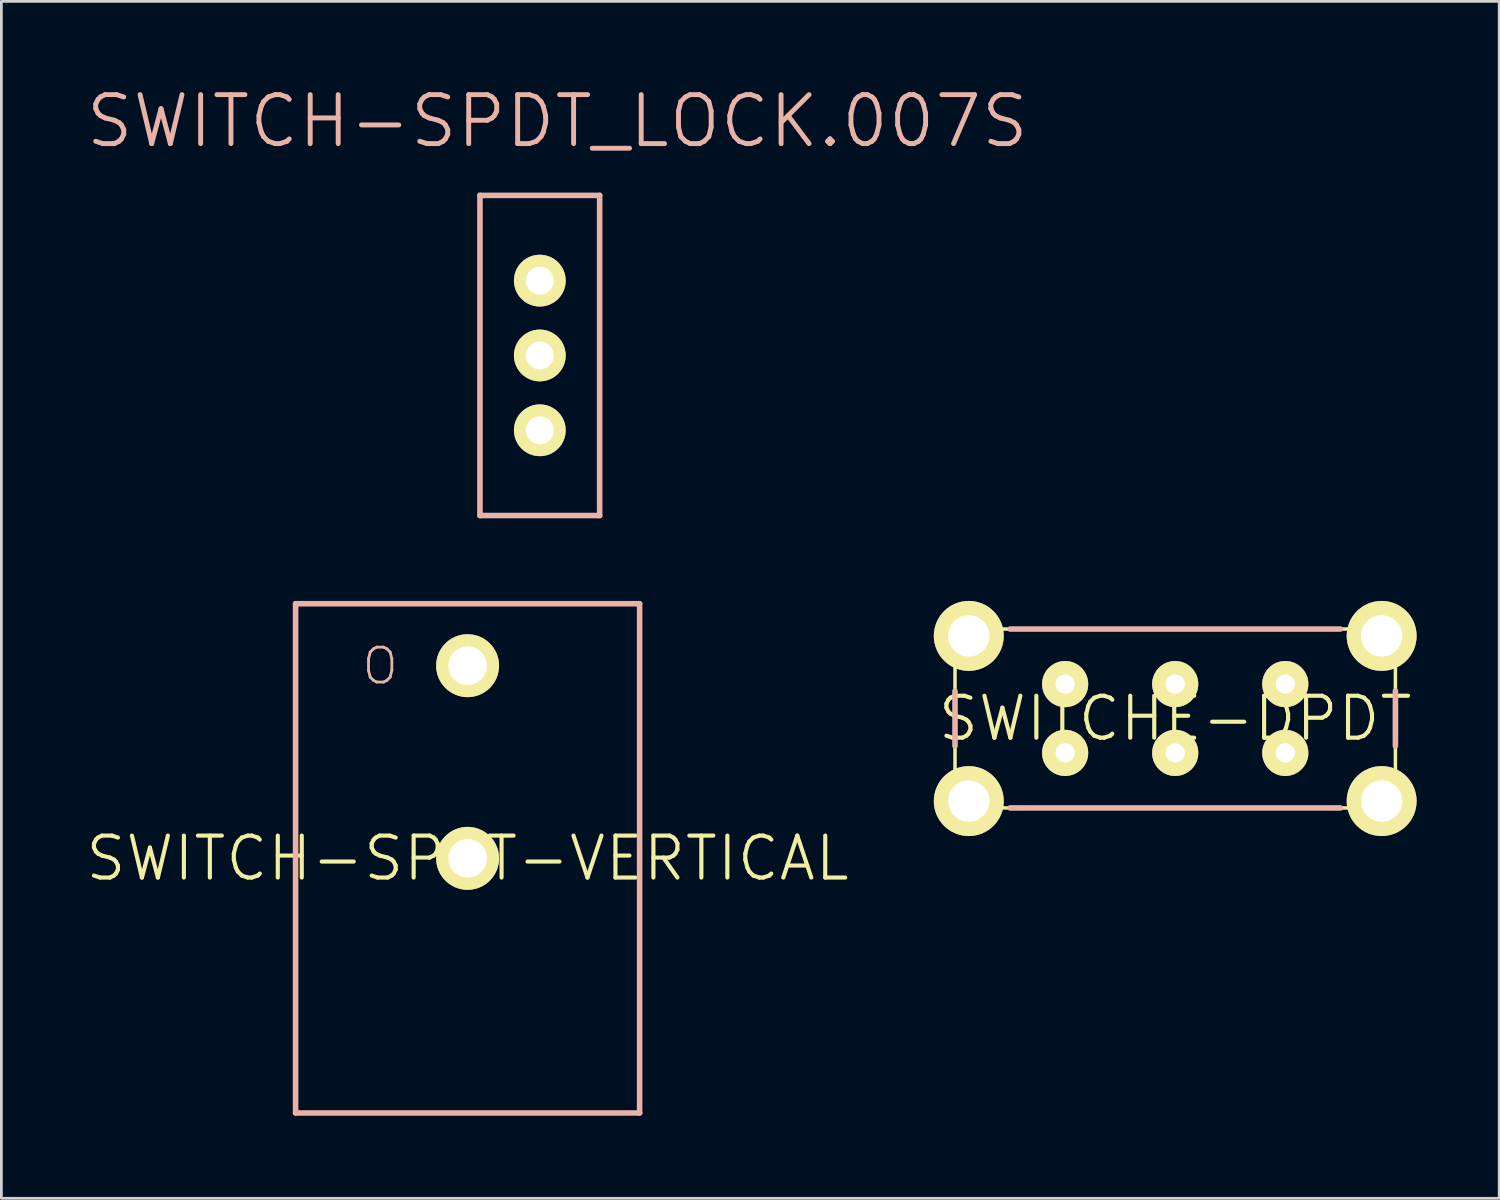
<source format=kicad_pcb>
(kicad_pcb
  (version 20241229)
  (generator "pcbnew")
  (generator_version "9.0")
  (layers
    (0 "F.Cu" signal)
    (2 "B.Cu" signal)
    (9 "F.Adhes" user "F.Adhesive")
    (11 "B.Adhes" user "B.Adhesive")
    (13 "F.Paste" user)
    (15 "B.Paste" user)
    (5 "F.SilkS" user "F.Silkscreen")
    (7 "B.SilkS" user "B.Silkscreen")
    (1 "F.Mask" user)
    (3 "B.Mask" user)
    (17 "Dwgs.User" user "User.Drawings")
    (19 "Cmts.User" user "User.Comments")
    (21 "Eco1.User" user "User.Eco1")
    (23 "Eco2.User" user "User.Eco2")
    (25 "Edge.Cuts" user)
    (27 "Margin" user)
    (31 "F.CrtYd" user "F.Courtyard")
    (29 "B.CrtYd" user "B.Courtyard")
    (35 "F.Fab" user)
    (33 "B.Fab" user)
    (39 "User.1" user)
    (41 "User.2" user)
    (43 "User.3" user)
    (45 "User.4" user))
  (footprint "SWITCHE-DPDT"
    (layer "F.Cu")
    (at 39.636 23.047)
    (property "Reference" "SWITCHE-DPDT" (at 0 0 0) (layer "F.SilkS") (effects (font (size 1.524 1.524) (thickness 0.15))))
    (attr exclude_from_pos_files exclude_from_bom)
    (fp_line (start -7.998 -3.249) (end -7.998 3.249) (stroke (width 0.127) (type solid)) (layer "F.SilkS"))
    (fp_line (start -7.998 3.249) (end 7.998 3.249) (stroke (width 0.127) (type solid)) (layer "F.SilkS"))
    (fp_line (start 7.998 -3.249) (end -7.998 -3.249) (stroke (width 0.127) (type solid)) (layer "F.SilkS"))
    (fp_line (start 7.998 3.249) (end 7.998 -3.249) (stroke (width 0.127) (type solid)) (layer "F.SilkS"))
    (fp_line (start -7.998 0.998) (end -7.998 -0.998) (stroke (width 0.203) (type solid)) (layer "B.SilkS"))
    (fp_line (start -5.999 -3.249) (end 5.999 -3.249) (stroke (width 0.203) (type solid)) (layer "B.SilkS"))
    (fp_line (start 5.999 3.249) (end -5.999 3.249) (stroke (width 0.203) (type solid)) (layer "B.SilkS"))
    (fp_line (start 7.998 -0.998) (end 7.998 0.998) (stroke (width 0.203) (type solid)) (layer "B.SilkS"))
    (pad "1" thru_hole circle (at -3.998 -1.25) (size 1.676 1.676) (drill 0.699) (layers "*.Cu" "F.Mask" "F.SilkS" "F.Paste"))
    (pad "2" thru_hole circle (at 0 -1.25) (size 1.676 1.676) (drill 0.699) (layers "*.Cu" "F.Mask" "F.SilkS" "F.Paste"))
    (pad "3" thru_hole circle (at 3.998 -1.25) (size 1.676 1.676) (drill 0.699) (layers "*.Cu" "F.Mask" "F.SilkS" "F.Paste"))
    (pad "4" thru_hole circle (at -3.998 1.25) (size 1.676 1.676) (drill 0.699) (layers "*.Cu" "F.Mask" "F.SilkS" "F.Paste"))
    (pad "5" thru_hole circle (at 0 1.25) (size 1.676 1.676) (drill 0.699) (layers "*.Cu" "F.Mask" "F.SilkS" "F.Paste"))
    (pad "6" thru_hole circle (at 3.998 1.25) (size 1.676 1.676) (drill 0.699) (layers "*.Cu" "F.Mask" "F.SilkS" "F.Paste"))
    (pad "P$1" thru_hole circle (at -7.498 -3) (size 2.54 2.54) (drill 1.499) (layers "*.Cu" "F.Mask" "F.SilkS" "F.Paste"))
    (pad "P$2" thru_hole circle (at -7.498 3) (size 2.54 2.54) (drill 1.499) (layers "*.Cu" "F.Mask" "F.SilkS" "F.Paste"))
    (pad "P$3" thru_hole circle (at 7.498 -3) (size 2.54 2.54) (drill 1.499) (layers "*.Cu" "F.Mask" "F.SilkS" "F.Paste"))
    (pad "P$4" thru_hole circle (at 7.498 3) (size 2.54 2.54) (drill 1.499) (layers "*.Cu" "F.Mask" "F.SilkS" "F.Paste")))
  (footprint "SWITCH-SPDT_LOCK.007S"
    (layer "F.Cu")
    (at 16.557 9.861)
    (property "Reference" "SWITCH-SPDT_LOCK.007S" (at 0.635 -8.509 0) (layer "B.SilkS") (effects (font (size 1.778 1.778) (thickness 0.178))))
    (attr exclude_from_pos_files exclude_from_bom)
    (fp_line (start -0.229 -2.845) (end 0.229 -2.845) (stroke (width 0.066) (type solid)) (layer "F.SilkS"))
    (fp_line (start -0.229 -2.235) (end -0.229 -2.845) (stroke (width 0.066) (type solid)) (layer "F.SilkS"))
    (fp_line (start -0.229 -2.235) (end 0.229 -2.235) (stroke (width 0.066) (type solid)) (layer "F.SilkS"))
    (fp_line (start -0.229 -0.305) (end 0.229 -0.305) (stroke (width 0.066) (type solid)) (layer "F.SilkS"))
    (fp_line (start -0.229 0.305) (end -0.229 -0.305) (stroke (width 0.066) (type solid)) (layer "F.SilkS"))
    (fp_line (start -0.229 0.305) (end 0.229 0.305) (stroke (width 0.066) (type solid)) (layer "F.SilkS"))
    (fp_line (start -0.229 2.235) (end 0.229 2.235) (stroke (width 0.066) (type solid)) (layer "F.SilkS"))
    (fp_line (start -0.229 2.845) (end -0.229 2.235) (stroke (width 0.066) (type solid)) (layer "F.SilkS"))
    (fp_line (start -0.229 2.845) (end 0.229 2.845) (stroke (width 0.066) (type solid)) (layer "F.SilkS"))
    (fp_line (start 0.229 -2.235) (end 0.229 -2.845) (stroke (width 0.066) (type solid)) (layer "F.SilkS"))
    (fp_line (start 0.229 0.305) (end 0.229 -0.305) (stroke (width 0.066) (type solid)) (layer "F.SilkS"))
    (fp_line (start 0.229 2.845) (end 0.229 2.235) (stroke (width 0.066) (type solid)) (layer "F.SilkS"))
    (fp_line (start -2.174 -5.814) (end -2.174 5.814) (stroke (width 0.203) (type solid)) (layer "B.SilkS"))
    (fp_line (start -2.174 5.814) (end 2.174 5.814) (stroke (width 0.203) (type solid)) (layer "B.SilkS"))
    (fp_line (start 2.174 -5.814) (end -2.174 -5.814) (stroke (width 0.203) (type solid)) (layer "B.SilkS"))
    (fp_line (start 2.174 5.814) (end 2.174 -5.814) (stroke (width 0.203) (type solid)) (layer "B.SilkS"))
    (pad "1" thru_hole circle (at 0 -2.718) (size 1.88 1.88) (drill 1.016) (layers "*.Cu" "F.Mask" "F.SilkS" "F.Paste"))
    (pad "2" thru_hole circle (at 0 0) (size 1.88 1.88) (drill 1.016) (layers "*.Cu" "F.Mask" "F.SilkS" "F.Paste"))
    (pad "3" thru_hole circle (at 0 2.718) (size 1.88 1.88) (drill 1.016) (layers "*.Cu" "F.Mask" "F.SilkS" "F.Paste")))
  (footprint "SWITCH-SPST-VERTICAL"
    (layer "F.Cu")
    (at 13.934 28.127)
    (property "Reference" "SWITCH-SPST-VERTICAL" (at 0 0 0) (layer "F.SilkS") (effects (font (size 1.524 1.524) (thickness 0.15))))
    (attr exclude_from_pos_files exclude_from_bom)
    (fp_line (start -6.248 -9.248) (end 6.248 -9.248) (stroke (width 0.203) (type solid)) (layer "B.SilkS"))
    (fp_line (start -6.248 9.248) (end -6.248 -9.248) (stroke (width 0.203) (type solid)) (layer "B.SilkS"))
    (fp_line (start 6.248 -9.248) (end 6.248 9.248) (stroke (width 0.203) (type solid)) (layer "B.SilkS"))
    (fp_line (start 6.248 9.248) (end -6.248 9.248) (stroke (width 0.203) (type solid)) (layer "B.SilkS"))
    (fp_text user "O" (at -3.175 -6.985 0) (layer "B.SilkS") (effects (font (size 1.27 1.27) (thickness 0.102))))
    (pad "1" thru_hole circle (at 0 -6.998) (size 2.286 2.286) (drill 1.4) (layers "*.Cu" "F.Mask" "F.SilkS" "F.Paste"))
    (pad "2" thru_hole circle (at 0 0) (size 2.286 2.286) (drill 1.4) (layers "*.Cu" "F.Mask" "F.SilkS" "F.Paste")))
  (gr_rect
    (start -3 -3)
    (end 51.404 40.476)
    (stroke (width 0.1) (type default))
    (fill no)
    (layer "Edge.Cuts")))
</source>
